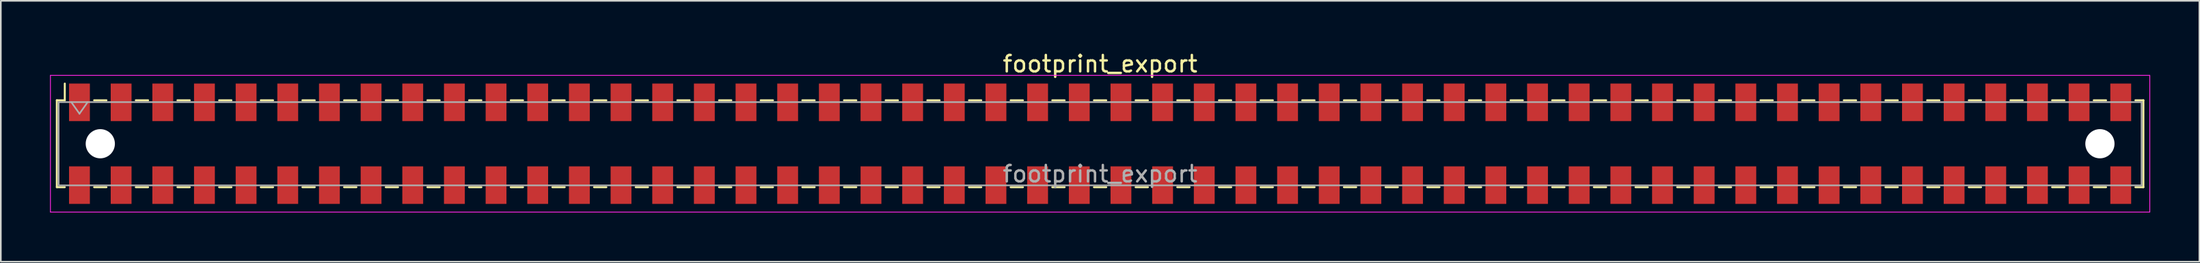
<source format=kicad_pcb>
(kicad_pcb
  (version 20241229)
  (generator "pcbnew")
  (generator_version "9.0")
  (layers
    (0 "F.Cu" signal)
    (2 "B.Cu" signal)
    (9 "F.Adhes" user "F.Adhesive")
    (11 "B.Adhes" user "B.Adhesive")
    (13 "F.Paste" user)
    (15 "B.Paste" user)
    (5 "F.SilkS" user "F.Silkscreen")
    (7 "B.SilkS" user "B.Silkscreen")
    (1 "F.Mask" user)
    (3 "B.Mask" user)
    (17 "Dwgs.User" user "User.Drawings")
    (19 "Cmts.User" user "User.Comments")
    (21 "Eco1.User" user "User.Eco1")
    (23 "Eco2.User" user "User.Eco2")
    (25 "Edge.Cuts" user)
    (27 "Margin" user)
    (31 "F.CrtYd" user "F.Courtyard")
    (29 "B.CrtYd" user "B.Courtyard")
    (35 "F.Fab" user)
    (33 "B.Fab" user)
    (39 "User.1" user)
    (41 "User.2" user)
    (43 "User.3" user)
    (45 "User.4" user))
  (footprint "footprint_export"
    (layer "F.Cu")
    (at 64.025 5.718)
    (property "Reference" "footprint_export" (at 0 -4.87 0) (layer "F.SilkS") (effects (font (size 1 1) (thickness 0.15))))
    (attr smd)
    (fp_line (start -63.61 -2.65) (end -63.61 2.65) (stroke (width 0.12) (type solid)) (layer "F.SilkS"))
    (fp_line (start -63.61 2.65) (end -63.125 2.65) (stroke (width 0.12) (type solid)) (layer "F.SilkS"))
    (fp_line (start -63.125 -3.67) (end -63.125 -2.65) (stroke (width 0.12) (type solid)) (layer "F.SilkS"))
    (fp_line (start -63.125 -2.65) (end -63.61 -2.65) (stroke (width 0.12) (type solid)) (layer "F.SilkS"))
    (fp_line (start -61.335 -2.65) (end -60.585 -2.65) (stroke (width 0.12) (type solid)) (layer "F.SilkS"))
    (fp_line (start -61.335 2.65) (end -60.585 2.65) (stroke (width 0.12) (type solid)) (layer "F.SilkS"))
    (fp_line (start -58.795 -2.65) (end -58.045 -2.65) (stroke (width 0.12) (type solid)) (layer "F.SilkS"))
    (fp_line (start -58.795 2.65) (end -58.045 2.65) (stroke (width 0.12) (type solid)) (layer "F.SilkS"))
    (fp_line (start -56.255 -2.65) (end -55.505 -2.65) (stroke (width 0.12) (type solid)) (layer "F.SilkS"))
    (fp_line (start -56.255 2.65) (end -55.505 2.65) (stroke (width 0.12) (type solid)) (layer "F.SilkS"))
    (fp_line (start -53.715 -2.65) (end -52.965 -2.65) (stroke (width 0.12) (type solid)) (layer "F.SilkS"))
    (fp_line (start -53.715 2.65) (end -52.965 2.65) (stroke (width 0.12) (type solid)) (layer "F.SilkS"))
    (fp_line (start -51.175 -2.65) (end -50.425 -2.65) (stroke (width 0.12) (type solid)) (layer "F.SilkS"))
    (fp_line (start -51.175 2.65) (end -50.425 2.65) (stroke (width 0.12) (type solid)) (layer "F.SilkS"))
    (fp_line (start -48.635 -2.65) (end -47.885 -2.65) (stroke (width 0.12) (type solid)) (layer "F.SilkS"))
    (fp_line (start -48.635 2.65) (end -47.885 2.65) (stroke (width 0.12) (type solid)) (layer "F.SilkS"))
    (fp_line (start -46.095 -2.65) (end -45.345 -2.65) (stroke (width 0.12) (type solid)) (layer "F.SilkS"))
    (fp_line (start -46.095 2.65) (end -45.345 2.65) (stroke (width 0.12) (type solid)) (layer "F.SilkS"))
    (fp_line (start -43.555 -2.65) (end -42.805 -2.65) (stroke (width 0.12) (type solid)) (layer "F.SilkS"))
    (fp_line (start -43.555 2.65) (end -42.805 2.65) (stroke (width 0.12) (type solid)) (layer "F.SilkS"))
    (fp_line (start -41.015 -2.65) (end -40.265 -2.65) (stroke (width 0.12) (type solid)) (layer "F.SilkS"))
    (fp_line (start -41.015 2.65) (end -40.265 2.65) (stroke (width 0.12) (type solid)) (layer "F.SilkS"))
    (fp_line (start -38.475 -2.65) (end -37.725 -2.65) (stroke (width 0.12) (type solid)) (layer "F.SilkS"))
    (fp_line (start -38.475 2.65) (end -37.725 2.65) (stroke (width 0.12) (type solid)) (layer "F.SilkS"))
    (fp_line (start -35.935 -2.65) (end -35.185 -2.65) (stroke (width 0.12) (type solid)) (layer "F.SilkS"))
    (fp_line (start -35.935 2.65) (end -35.185 2.65) (stroke (width 0.12) (type solid)) (layer "F.SilkS"))
    (fp_line (start -33.395 -2.65) (end -32.645 -2.65) (stroke (width 0.12) (type solid)) (layer "F.SilkS"))
    (fp_line (start -33.395 2.65) (end -32.645 2.65) (stroke (width 0.12) (type solid)) (layer "F.SilkS"))
    (fp_line (start -30.855 -2.65) (end -30.105 -2.65) (stroke (width 0.12) (type solid)) (layer "F.SilkS"))
    (fp_line (start -30.855 2.65) (end -30.105 2.65) (stroke (width 0.12) (type solid)) (layer "F.SilkS"))
    (fp_line (start -28.315 -2.65) (end -27.565 -2.65) (stroke (width 0.12) (type solid)) (layer "F.SilkS"))
    (fp_line (start -28.315 2.65) (end -27.565 2.65) (stroke (width 0.12) (type solid)) (layer "F.SilkS"))
    (fp_line (start -25.775 -2.65) (end -25.025 -2.65) (stroke (width 0.12) (type solid)) (layer "F.SilkS"))
    (fp_line (start -25.775 2.65) (end -25.025 2.65) (stroke (width 0.12) (type solid)) (layer "F.SilkS"))
    (fp_line (start -23.235 -2.65) (end -22.485 -2.65) (stroke (width 0.12) (type solid)) (layer "F.SilkS"))
    (fp_line (start -23.235 2.65) (end -22.485 2.65) (stroke (width 0.12) (type solid)) (layer "F.SilkS"))
    (fp_line (start -20.695 -2.65) (end -19.945 -2.65) (stroke (width 0.12) (type solid)) (layer "F.SilkS"))
    (fp_line (start -20.695 2.65) (end -19.945 2.65) (stroke (width 0.12) (type solid)) (layer "F.SilkS"))
    (fp_line (start -18.155 -2.65) (end -17.405 -2.65) (stroke (width 0.12) (type solid)) (layer "F.SilkS"))
    (fp_line (start -18.155 2.65) (end -17.405 2.65) (stroke (width 0.12) (type solid)) (layer "F.SilkS"))
    (fp_line (start -15.615 -2.65) (end -14.865 -2.65) (stroke (width 0.12) (type solid)) (layer "F.SilkS"))
    (fp_line (start -15.615 2.65) (end -14.865 2.65) (stroke (width 0.12) (type solid)) (layer "F.SilkS"))
    (fp_line (start -13.075 -2.65) (end -12.325 -2.65) (stroke (width 0.12) (type solid)) (layer "F.SilkS"))
    (fp_line (start -13.075 2.65) (end -12.325 2.65) (stroke (width 0.12) (type solid)) (layer "F.SilkS"))
    (fp_line (start -10.535 -2.65) (end -9.785 -2.65) (stroke (width 0.12) (type solid)) (layer "F.SilkS"))
    (fp_line (start -10.535 2.65) (end -9.785 2.65) (stroke (width 0.12) (type solid)) (layer "F.SilkS"))
    (fp_line (start -7.995 -2.65) (end -7.245 -2.65) (stroke (width 0.12) (type solid)) (layer "F.SilkS"))
    (fp_line (start -7.995 2.65) (end -7.245 2.65) (stroke (width 0.12) (type solid)) (layer "F.SilkS"))
    (fp_line (start -5.455 -2.65) (end -4.705 -2.65) (stroke (width 0.12) (type solid)) (layer "F.SilkS"))
    (fp_line (start -5.455 2.65) (end -4.705 2.65) (stroke (width 0.12) (type solid)) (layer "F.SilkS"))
    (fp_line (start -2.915 -2.65) (end -2.165 -2.65) (stroke (width 0.12) (type solid)) (layer "F.SilkS"))
    (fp_line (start -2.915 2.65) (end -2.165 2.65) (stroke (width 0.12) (type solid)) (layer "F.SilkS"))
    (fp_line (start -0.375 -2.65) (end 0.375 -2.65) (stroke (width 0.12) (type solid)) (layer "F.SilkS"))
    (fp_line (start -0.375 2.65) (end 0.375 2.65) (stroke (width 0.12) (type solid)) (layer "F.SilkS"))
    (fp_line (start 2.165 -2.65) (end 2.915 -2.65) (stroke (width 0.12) (type solid)) (layer "F.SilkS"))
    (fp_line (start 2.165 2.65) (end 2.915 2.65) (stroke (width 0.12) (type solid)) (layer "F.SilkS"))
    (fp_line (start 4.705 -2.65) (end 5.455 -2.65) (stroke (width 0.12) (type solid)) (layer "F.SilkS"))
    (fp_line (start 4.705 2.65) (end 5.455 2.65) (stroke (width 0.12) (type solid)) (layer "F.SilkS"))
    (fp_line (start 7.245 -2.65) (end 7.995 -2.65) (stroke (width 0.12) (type solid)) (layer "F.SilkS"))
    (fp_line (start 7.245 2.65) (end 7.995 2.65) (stroke (width 0.12) (type solid)) (layer "F.SilkS"))
    (fp_line (start 9.785 -2.65) (end 10.535 -2.65) (stroke (width 0.12) (type solid)) (layer "F.SilkS"))
    (fp_line (start 9.785 2.65) (end 10.535 2.65) (stroke (width 0.12) (type solid)) (layer "F.SilkS"))
    (fp_line (start 12.325 -2.65) (end 13.075 -2.65) (stroke (width 0.12) (type solid)) (layer "F.SilkS"))
    (fp_line (start 12.325 2.65) (end 13.075 2.65) (stroke (width 0.12) (type solid)) (layer "F.SilkS"))
    (fp_line (start 14.865 -2.65) (end 15.615 -2.65) (stroke (width 0.12) (type solid)) (layer "F.SilkS"))
    (fp_line (start 14.865 2.65) (end 15.615 2.65) (stroke (width 0.12) (type solid)) (layer "F.SilkS"))
    (fp_line (start 17.405 -2.65) (end 18.155 -2.65) (stroke (width 0.12) (type solid)) (layer "F.SilkS"))
    (fp_line (start 17.405 2.65) (end 18.155 2.65) (stroke (width 0.12) (type solid)) (layer "F.SilkS"))
    (fp_line (start 19.945 -2.65) (end 20.695 -2.65) (stroke (width 0.12) (type solid)) (layer "F.SilkS"))
    (fp_line (start 19.945 2.65) (end 20.695 2.65) (stroke (width 0.12) (type solid)) (layer "F.SilkS"))
    (fp_line (start 22.485 -2.65) (end 23.235 -2.65) (stroke (width 0.12) (type solid)) (layer "F.SilkS"))
    (fp_line (start 22.485 2.65) (end 23.235 2.65) (stroke (width 0.12) (type solid)) (layer "F.SilkS"))
    (fp_line (start 25.025 -2.65) (end 25.775 -2.65) (stroke (width 0.12) (type solid)) (layer "F.SilkS"))
    (fp_line (start 25.025 2.65) (end 25.775 2.65) (stroke (width 0.12) (type solid)) (layer "F.SilkS"))
    (fp_line (start 27.565 -2.65) (end 28.315 -2.65) (stroke (width 0.12) (type solid)) (layer "F.SilkS"))
    (fp_line (start 27.565 2.65) (end 28.315 2.65) (stroke (width 0.12) (type solid)) (layer "F.SilkS"))
    (fp_line (start 30.105 -2.65) (end 30.855 -2.65) (stroke (width 0.12) (type solid)) (layer "F.SilkS"))
    (fp_line (start 30.105 2.65) (end 30.855 2.65) (stroke (width 0.12) (type solid)) (layer "F.SilkS"))
    (fp_line (start 32.645 -2.65) (end 33.395 -2.65) (stroke (width 0.12) (type solid)) (layer "F.SilkS"))
    (fp_line (start 32.645 2.65) (end 33.395 2.65) (stroke (width 0.12) (type solid)) (layer "F.SilkS"))
    (fp_line (start 35.185 -2.65) (end 35.935 -2.65) (stroke (width 0.12) (type solid)) (layer "F.SilkS"))
    (fp_line (start 35.185 2.65) (end 35.935 2.65) (stroke (width 0.12) (type solid)) (layer "F.SilkS"))
    (fp_line (start 37.725 -2.65) (end 38.475 -2.65) (stroke (width 0.12) (type solid)) (layer "F.SilkS"))
    (fp_line (start 37.725 2.65) (end 38.475 2.65) (stroke (width 0.12) (type solid)) (layer "F.SilkS"))
    (fp_line (start 40.265 -2.65) (end 41.015 -2.65) (stroke (width 0.12) (type solid)) (layer "F.SilkS"))
    (fp_line (start 40.265 2.65) (end 41.015 2.65) (stroke (width 0.12) (type solid)) (layer "F.SilkS"))
    (fp_line (start 42.805 -2.65) (end 43.555 -2.65) (stroke (width 0.12) (type solid)) (layer "F.SilkS"))
    (fp_line (start 42.805 2.65) (end 43.555 2.65) (stroke (width 0.12) (type solid)) (layer "F.SilkS"))
    (fp_line (start 45.345 -2.65) (end 46.095 -2.65) (stroke (width 0.12) (type solid)) (layer "F.SilkS"))
    (fp_line (start 45.345 2.65) (end 46.095 2.65) (stroke (width 0.12) (type solid)) (layer "F.SilkS"))
    (fp_line (start 47.885 -2.65) (end 48.635 -2.65) (stroke (width 0.12) (type solid)) (layer "F.SilkS"))
    (fp_line (start 47.885 2.65) (end 48.635 2.65) (stroke (width 0.12) (type solid)) (layer "F.SilkS"))
    (fp_line (start 50.425 -2.65) (end 51.175 -2.65) (stroke (width 0.12) (type solid)) (layer "F.SilkS"))
    (fp_line (start 50.425 2.65) (end 51.175 2.65) (stroke (width 0.12) (type solid)) (layer "F.SilkS"))
    (fp_line (start 52.965 -2.65) (end 53.715 -2.65) (stroke (width 0.12) (type solid)) (layer "F.SilkS"))
    (fp_line (start 52.965 2.65) (end 53.715 2.65) (stroke (width 0.12) (type solid)) (layer "F.SilkS"))
    (fp_line (start 55.505 -2.65) (end 56.255 -2.65) (stroke (width 0.12) (type solid)) (layer "F.SilkS"))
    (fp_line (start 55.505 2.65) (end 56.255 2.65) (stroke (width 0.12) (type solid)) (layer "F.SilkS"))
    (fp_line (start 58.045 -2.65) (end 58.795 -2.65) (stroke (width 0.12) (type solid)) (layer "F.SilkS"))
    (fp_line (start 58.045 2.65) (end 58.795 2.65) (stroke (width 0.12) (type solid)) (layer "F.SilkS"))
    (fp_line (start 60.585 -2.65) (end 61.335 -2.65) (stroke (width 0.12) (type solid)) (layer "F.SilkS"))
    (fp_line (start 60.585 2.65) (end 61.335 2.65) (stroke (width 0.12) (type solid)) (layer "F.SilkS"))
    (fp_line (start 63.125 -2.65) (end 63.61 -2.65) (stroke (width 0.12) (type solid)) (layer "F.SilkS"))
    (fp_line (start 63.61 -2.65) (end 63.61 2.65) (stroke (width 0.12) (type solid)) (layer "F.SilkS"))
    (fp_line (start 63.61 2.65) (end 63.125 2.65) (stroke (width 0.12) (type solid)) (layer "F.SilkS"))
    (fp_line (start -64 -4.17) (end 64 -4.17) (stroke (width 0.05) (type solid)) (layer "F.CrtYd"))
    (fp_line (start -64 4.17) (end -64 -4.17) (stroke (width 0.05) (type solid)) (layer "F.CrtYd"))
    (fp_line (start 64 -4.17) (end 64 4.17) (stroke (width 0.05) (type solid)) (layer "F.CrtYd"))
    (fp_line (start 64 4.17) (end -64 4.17) (stroke (width 0.05) (type solid)) (layer "F.CrtYd"))
    (fp_line (start -63.5 -2.54) (end 63.5 -2.54) (stroke (width 0.1) (type solid)) (layer "F.Fab"))
    (fp_line (start -63.5 2.54) (end -63.5 -2.54) (stroke (width 0.1) (type solid)) (layer "F.Fab"))
    (fp_line (start -62.73 -2.54) (end -62.23 -1.833) (stroke (width 0.1) (type solid)) (layer "F.Fab"))
    (fp_line (start -62.23 -1.833) (end -61.73 -2.54) (stroke (width 0.1) (type solid)) (layer "F.Fab"))
    (fp_line (start 63.5 -2.54) (end 63.5 2.54) (stroke (width 0.1) (type solid)) (layer "F.Fab"))
    (fp_line (start 63.5 2.54) (end -63.5 2.54) (stroke (width 0.1) (type solid)) (layer "F.Fab"))
    (fp_text user "${REFERENCE}" (at 0 1.84 0) (layer "F.Fab") (effects (font (size 1 1) (thickness 0.15))))
    (pad "" np_thru_hole circle (at -60.96 0) (size 1.78 1.78) (drill 1.78) (layers "*.Cu" "*.Mask"))
    (pad "" np_thru_hole circle (at 60.96 0) (size 1.78 1.78) (drill 1.78) (layers "*.Cu" "*.Mask"))
    (pad "1" smd rect (at -62.23 -2.525) (size 1.27 2.29) (layers "F.Cu" "F.Mask" "F.Paste"))
    (pad "2" smd rect (at -62.23 2.525) (size 1.27 2.29) (layers "F.Cu" "F.Mask" "F.Paste"))
    (pad "3" smd rect (at -59.69 -2.525) (size 1.27 2.29) (layers "F.Cu" "F.Mask" "F.Paste"))
    (pad "4" smd rect (at -59.69 2.525) (size 1.27 2.29) (layers "F.Cu" "F.Mask" "F.Paste"))
    (pad "5" smd rect (at -57.15 -2.525) (size 1.27 2.29) (layers "F.Cu" "F.Mask" "F.Paste"))
    (pad "6" smd rect (at -57.15 2.525) (size 1.27 2.29) (layers "F.Cu" "F.Mask" "F.Paste"))
    (pad "7" smd rect (at -54.61 -2.525) (size 1.27 2.29) (layers "F.Cu" "F.Mask" "F.Paste"))
    (pad "8" smd rect (at -54.61 2.525) (size 1.27 2.29) (layers "F.Cu" "F.Mask" "F.Paste"))
    (pad "9" smd rect (at -52.07 -2.525) (size 1.27 2.29) (layers "F.Cu" "F.Mask" "F.Paste"))
    (pad "10" smd rect (at -52.07 2.525) (size 1.27 2.29) (layers "F.Cu" "F.Mask" "F.Paste"))
    (pad "11" smd rect (at -49.53 -2.525) (size 1.27 2.29) (layers "F.Cu" "F.Mask" "F.Paste"))
    (pad "12" smd rect (at -49.53 2.525) (size 1.27 2.29) (layers "F.Cu" "F.Mask" "F.Paste"))
    (pad "13" smd rect (at -46.99 -2.525) (size 1.27 2.29) (layers "F.Cu" "F.Mask" "F.Paste"))
    (pad "14" smd rect (at -46.99 2.525) (size 1.27 2.29) (layers "F.Cu" "F.Mask" "F.Paste"))
    (pad "15" smd rect (at -44.45 -2.525) (size 1.27 2.29) (layers "F.Cu" "F.Mask" "F.Paste"))
    (pad "16" smd rect (at -44.45 2.525) (size 1.27 2.29) (layers "F.Cu" "F.Mask" "F.Paste"))
    (pad "17" smd rect (at -41.91 -2.525) (size 1.27 2.29) (layers "F.Cu" "F.Mask" "F.Paste"))
    (pad "18" smd rect (at -41.91 2.525) (size 1.27 2.29) (layers "F.Cu" "F.Mask" "F.Paste"))
    (pad "19" smd rect (at -39.37 -2.525) (size 1.27 2.29) (layers "F.Cu" "F.Mask" "F.Paste"))
    (pad "20" smd rect (at -39.37 2.525) (size 1.27 2.29) (layers "F.Cu" "F.Mask" "F.Paste"))
    (pad "21" smd rect (at -36.83 -2.525) (size 1.27 2.29) (layers "F.Cu" "F.Mask" "F.Paste"))
    (pad "22" smd rect (at -36.83 2.525) (size 1.27 2.29) (layers "F.Cu" "F.Mask" "F.Paste"))
    (pad "23" smd rect (at -34.29 -2.525) (size 1.27 2.29) (layers "F.Cu" "F.Mask" "F.Paste"))
    (pad "24" smd rect (at -34.29 2.525) (size 1.27 2.29) (layers "F.Cu" "F.Mask" "F.Paste"))
    (pad "25" smd rect (at -31.75 -2.525) (size 1.27 2.29) (layers "F.Cu" "F.Mask" "F.Paste"))
    (pad "26" smd rect (at -31.75 2.525) (size 1.27 2.29) (layers "F.Cu" "F.Mask" "F.Paste"))
    (pad "27" smd rect (at -29.21 -2.525) (size 1.27 2.29) (layers "F.Cu" "F.Mask" "F.Paste"))
    (pad "28" smd rect (at -29.21 2.525) (size 1.27 2.29) (layers "F.Cu" "F.Mask" "F.Paste"))
    (pad "29" smd rect (at -26.67 -2.525) (size 1.27 2.29) (layers "F.Cu" "F.Mask" "F.Paste"))
    (pad "30" smd rect (at -26.67 2.525) (size 1.27 2.29) (layers "F.Cu" "F.Mask" "F.Paste"))
    (pad "31" smd rect (at -24.13 -2.525) (size 1.27 2.29) (layers "F.Cu" "F.Mask" "F.Paste"))
    (pad "32" smd rect (at -24.13 2.525) (size 1.27 2.29) (layers "F.Cu" "F.Mask" "F.Paste"))
    (pad "33" smd rect (at -21.59 -2.525) (size 1.27 2.29) (layers "F.Cu" "F.Mask" "F.Paste"))
    (pad "34" smd rect (at -21.59 2.525) (size 1.27 2.29) (layers "F.Cu" "F.Mask" "F.Paste"))
    (pad "35" smd rect (at -19.05 -2.525) (size 1.27 2.29) (layers "F.Cu" "F.Mask" "F.Paste"))
    (pad "36" smd rect (at -19.05 2.525) (size 1.27 2.29) (layers "F.Cu" "F.Mask" "F.Paste"))
    (pad "37" smd rect (at -16.51 -2.525) (size 1.27 2.29) (layers "F.Cu" "F.Mask" "F.Paste"))
    (pad "38" smd rect (at -16.51 2.525) (size 1.27 2.29) (layers "F.Cu" "F.Mask" "F.Paste"))
    (pad "39" smd rect (at -13.97 -2.525) (size 1.27 2.29) (layers "F.Cu" "F.Mask" "F.Paste"))
    (pad "40" smd rect (at -13.97 2.525) (size 1.27 2.29) (layers "F.Cu" "F.Mask" "F.Paste"))
    (pad "41" smd rect (at -11.43 -2.525) (size 1.27 2.29) (layers "F.Cu" "F.Mask" "F.Paste"))
    (pad "42" smd rect (at -11.43 2.525) (size 1.27 2.29) (layers "F.Cu" "F.Mask" "F.Paste"))
    (pad "43" smd rect (at -8.89 -2.525) (size 1.27 2.29) (layers "F.Cu" "F.Mask" "F.Paste"))
    (pad "44" smd rect (at -8.89 2.525) (size 1.27 2.29) (layers "F.Cu" "F.Mask" "F.Paste"))
    (pad "45" smd rect (at -6.35 -2.525) (size 1.27 2.29) (layers "F.Cu" "F.Mask" "F.Paste"))
    (pad "46" smd rect (at -6.35 2.525) (size 1.27 2.29) (layers "F.Cu" "F.Mask" "F.Paste"))
    (pad "47" smd rect (at -3.81 -2.525) (size 1.27 2.29) (layers "F.Cu" "F.Mask" "F.Paste"))
    (pad "48" smd rect (at -3.81 2.525) (size 1.27 2.29) (layers "F.Cu" "F.Mask" "F.Paste"))
    (pad "49" smd rect (at -1.27 -2.525) (size 1.27 2.29) (layers "F.Cu" "F.Mask" "F.Paste"))
    (pad "50" smd rect (at -1.27 2.525) (size 1.27 2.29) (layers "F.Cu" "F.Mask" "F.Paste"))
    (pad "51" smd rect (at 1.27 -2.525) (size 1.27 2.29) (layers "F.Cu" "F.Mask" "F.Paste"))
    (pad "52" smd rect (at 1.27 2.525) (size 1.27 2.29) (layers "F.Cu" "F.Mask" "F.Paste"))
    (pad "53" smd rect (at 3.81 -2.525) (size 1.27 2.29) (layers "F.Cu" "F.Mask" "F.Paste"))
    (pad "54" smd rect (at 3.81 2.525) (size 1.27 2.29) (layers "F.Cu" "F.Mask" "F.Paste"))
    (pad "55" smd rect (at 6.35 -2.525) (size 1.27 2.29) (layers "F.Cu" "F.Mask" "F.Paste"))
    (pad "56" smd rect (at 6.35 2.525) (size 1.27 2.29) (layers "F.Cu" "F.Mask" "F.Paste"))
    (pad "57" smd rect (at 8.89 -2.525) (size 1.27 2.29) (layers "F.Cu" "F.Mask" "F.Paste"))
    (pad "58" smd rect (at 8.89 2.525) (size 1.27 2.29) (layers "F.Cu" "F.Mask" "F.Paste"))
    (pad "59" smd rect (at 11.43 -2.525) (size 1.27 2.29) (layers "F.Cu" "F.Mask" "F.Paste"))
    (pad "60" smd rect (at 11.43 2.525) (size 1.27 2.29) (layers "F.Cu" "F.Mask" "F.Paste"))
    (pad "61" smd rect (at 13.97 -2.525) (size 1.27 2.29) (layers "F.Cu" "F.Mask" "F.Paste"))
    (pad "62" smd rect (at 13.97 2.525) (size 1.27 2.29) (layers "F.Cu" "F.Mask" "F.Paste"))
    (pad "63" smd rect (at 16.51 -2.525) (size 1.27 2.29) (layers "F.Cu" "F.Mask" "F.Paste"))
    (pad "64" smd rect (at 16.51 2.525) (size 1.27 2.29) (layers "F.Cu" "F.Mask" "F.Paste"))
    (pad "65" smd rect (at 19.05 -2.525) (size 1.27 2.29) (layers "F.Cu" "F.Mask" "F.Paste"))
    (pad "66" smd rect (at 19.05 2.525) (size 1.27 2.29) (layers "F.Cu" "F.Mask" "F.Paste"))
    (pad "67" smd rect (at 21.59 -2.525) (size 1.27 2.29) (layers "F.Cu" "F.Mask" "F.Paste"))
    (pad "68" smd rect (at 21.59 2.525) (size 1.27 2.29) (layers "F.Cu" "F.Mask" "F.Paste"))
    (pad "69" smd rect (at 24.13 -2.525) (size 1.27 2.29) (layers "F.Cu" "F.Mask" "F.Paste"))
    (pad "70" smd rect (at 24.13 2.525) (size 1.27 2.29) (layers "F.Cu" "F.Mask" "F.Paste"))
    (pad "71" smd rect (at 26.67 -2.525) (size 1.27 2.29) (layers "F.Cu" "F.Mask" "F.Paste"))
    (pad "72" smd rect (at 26.67 2.525) (size 1.27 2.29) (layers "F.Cu" "F.Mask" "F.Paste"))
    (pad "73" smd rect (at 29.21 -2.525) (size 1.27 2.29) (layers "F.Cu" "F.Mask" "F.Paste"))
    (pad "74" smd rect (at 29.21 2.525) (size 1.27 2.29) (layers "F.Cu" "F.Mask" "F.Paste"))
    (pad "75" smd rect (at 31.75 -2.525) (size 1.27 2.29) (layers "F.Cu" "F.Mask" "F.Paste"))
    (pad "76" smd rect (at 31.75 2.525) (size 1.27 2.29) (layers "F.Cu" "F.Mask" "F.Paste"))
    (pad "77" smd rect (at 34.29 -2.525) (size 1.27 2.29) (layers "F.Cu" "F.Mask" "F.Paste"))
    (pad "78" smd rect (at 34.29 2.525) (size 1.27 2.29) (layers "F.Cu" "F.Mask" "F.Paste"))
    (pad "79" smd rect (at 36.83 -2.525) (size 1.27 2.29) (layers "F.Cu" "F.Mask" "F.Paste"))
    (pad "80" smd rect (at 36.83 2.525) (size 1.27 2.29) (layers "F.Cu" "F.Mask" "F.Paste"))
    (pad "81" smd rect (at 39.37 -2.525) (size 1.27 2.29) (layers "F.Cu" "F.Mask" "F.Paste"))
    (pad "82" smd rect (at 39.37 2.525) (size 1.27 2.29) (layers "F.Cu" "F.Mask" "F.Paste"))
    (pad "83" smd rect (at 41.91 -2.525) (size 1.27 2.29) (layers "F.Cu" "F.Mask" "F.Paste"))
    (pad "84" smd rect (at 41.91 2.525) (size 1.27 2.29) (layers "F.Cu" "F.Mask" "F.Paste"))
    (pad "85" smd rect (at 44.45 -2.525) (size 1.27 2.29) (layers "F.Cu" "F.Mask" "F.Paste"))
    (pad "86" smd rect (at 44.45 2.525) (size 1.27 2.29) (layers "F.Cu" "F.Mask" "F.Paste"))
    (pad "87" smd rect (at 46.99 -2.525) (size 1.27 2.29) (layers "F.Cu" "F.Mask" "F.Paste"))
    (pad "88" smd rect (at 46.99 2.525) (size 1.27 2.29) (layers "F.Cu" "F.Mask" "F.Paste"))
    (pad "89" smd rect (at 49.53 -2.525) (size 1.27 2.29) (layers "F.Cu" "F.Mask" "F.Paste"))
    (pad "90" smd rect (at 49.53 2.525) (size 1.27 2.29) (layers "F.Cu" "F.Mask" "F.Paste"))
    (pad "91" smd rect (at 52.07 -2.525) (size 1.27 2.29) (layers "F.Cu" "F.Mask" "F.Paste"))
    (pad "92" smd rect (at 52.07 2.525) (size 1.27 2.29) (layers "F.Cu" "F.Mask" "F.Paste"))
    (pad "93" smd rect (at 54.61 -2.525) (size 1.27 2.29) (layers "F.Cu" "F.Mask" "F.Paste"))
    (pad "94" smd rect (at 54.61 2.525) (size 1.27 2.29) (layers "F.Cu" "F.Mask" "F.Paste"))
    (pad "95" smd rect (at 57.15 -2.525) (size 1.27 2.29) (layers "F.Cu" "F.Mask" "F.Paste"))
    (pad "96" smd rect (at 57.15 2.525) (size 1.27 2.29) (layers "F.Cu" "F.Mask" "F.Paste"))
    (pad "97" smd rect (at 59.69 -2.525) (size 1.27 2.29) (layers "F.Cu" "F.Mask" "F.Paste"))
    (pad "98" smd rect (at 59.69 2.525) (size 1.27 2.29) (layers "F.Cu" "F.Mask" "F.Paste"))
    (pad "99" smd rect (at 62.23 -2.525) (size 1.27 2.29) (layers "F.Cu" "F.Mask" "F.Paste"))
    (pad "100" smd rect (at 62.23 2.525) (size 1.27 2.29) (layers "F.Cu" "F.Mask" "F.Paste")))
  (gr_rect
    (start -3 -3)
    (end 131.05 12.913)
    (stroke (width 0.1) (type default))
    (fill no)
    (layer "Edge.Cuts")))
</source>
